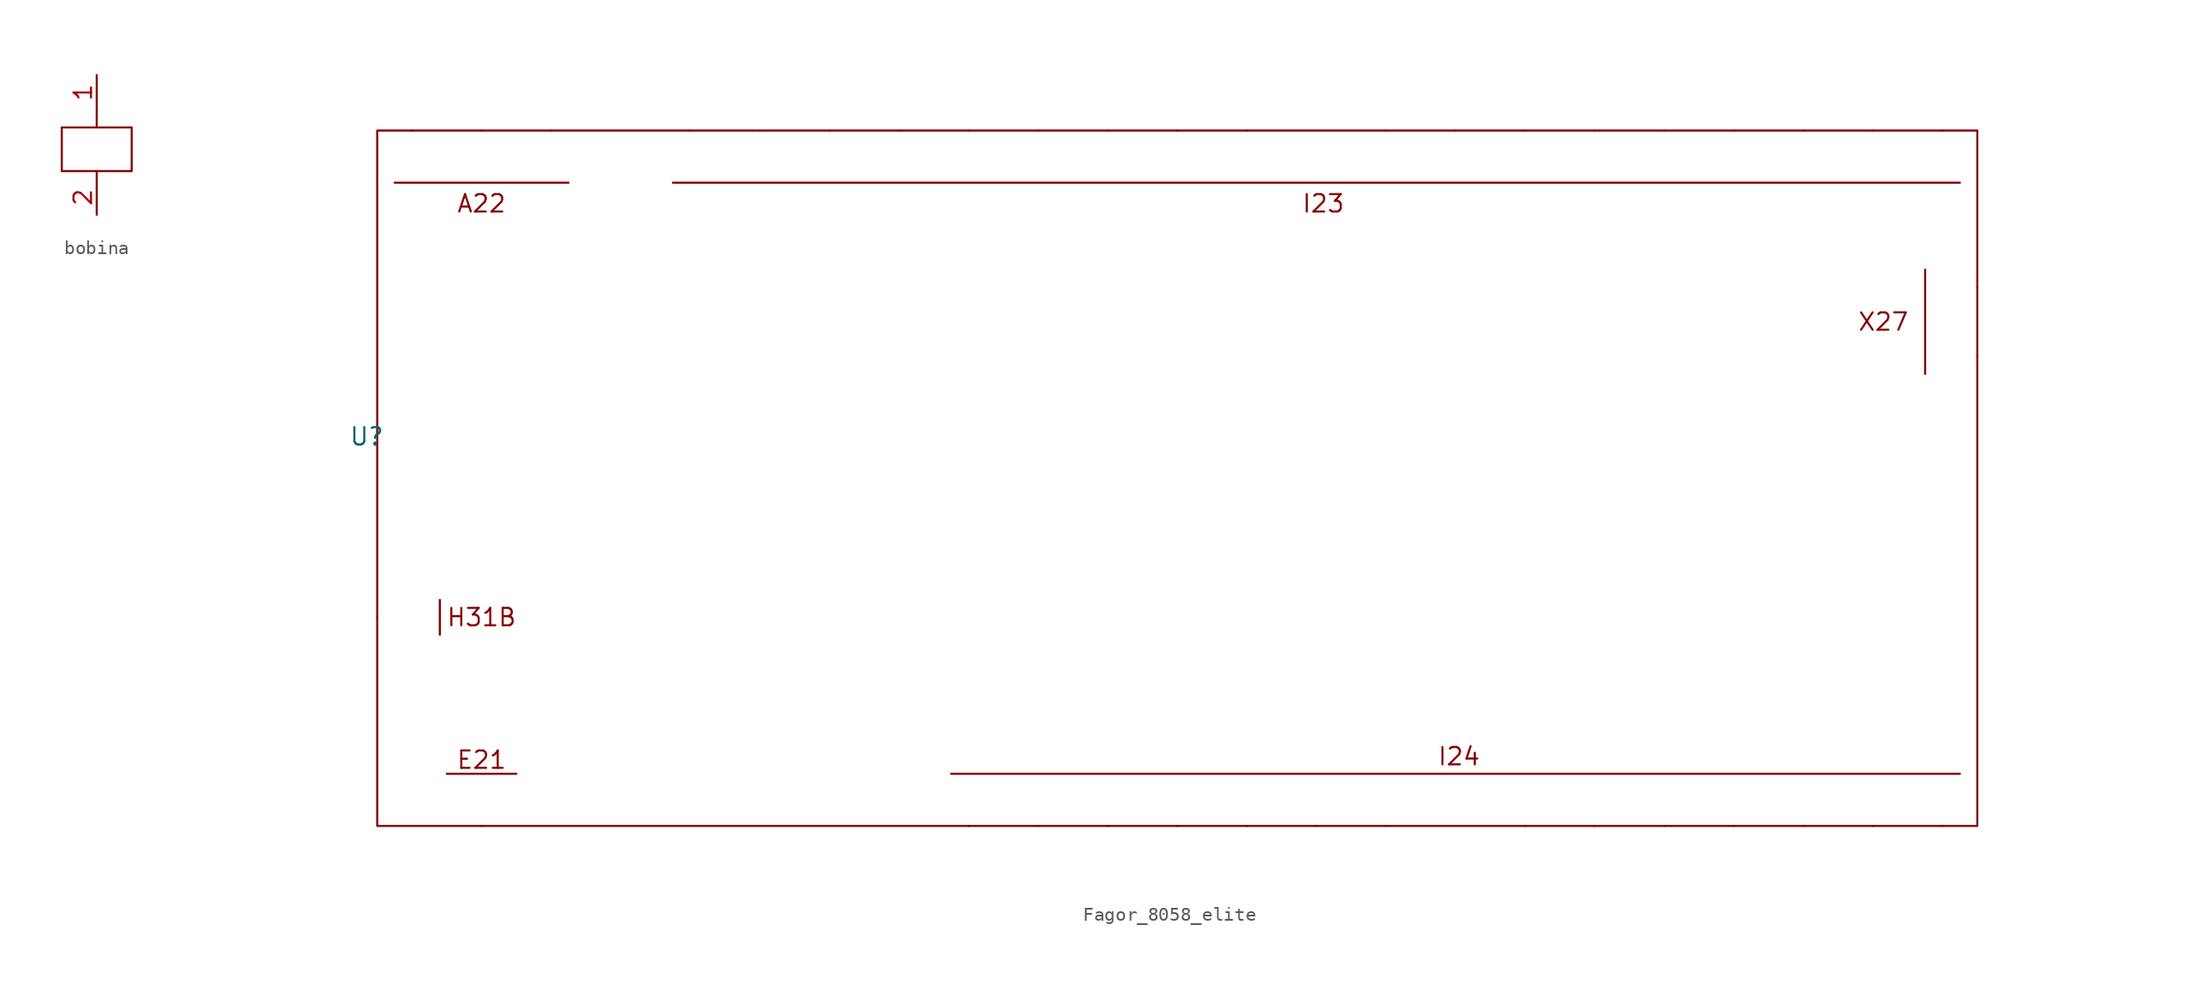
<source format=kicad_sym>
(kicad_symbol_lib
  (version 20241209)
  (generator "kicad_symbol_editor")
  (generator_version "9.0")
  (symbol "bobina"
    (property "Reference" "KA"
      (at -4.318 -0.254 0)
      (effects (font (size 1.27 1.27)) (hide yes)))
    (property "Value" ""
      (at 0 0 0)
      (effects (font (size 1.27 1.27))))
    (symbol "bobina_0_1"
      (polyline (pts (xy 0 1.905) (xy 0 2.54)) (stroke (width 0) (type default)) (fill (type none)))
      (polyline (pts (xy 0 1.27) (xy 0 1.905)) (stroke (width 0) (type default)) (fill (type none)))
      (polyline (pts (xy 0 -1.905) (xy 0 -2.54)) (stroke (width 0) (type default)) (fill (type none)))
      (polyline (pts (xy 0 -1.905) (xy 2.54 -1.905) (xy 2.54 1.27) (xy -2.54 1.27) (xy -2.54 -1.905) (xy 0 -1.905)) (stroke (width 0) (type default)) (fill (type none))))
    (symbol "bobina_1_1"
      (pin input line (at 0 5.08 270) (length 2.54) (name "" (effects (font (size 1.27 1.27)))) (number "1" (effects (font (size 1.27 1.27)))))
      (pin output line (at 0 -5.08 90) (length 2.54) (name "" (effects (font (size 1.27 1.27)))) (number "2" (effects (font (size 1.27 1.27)))))))
  (symbol "Fagor_8058_elite"
    (property "Reference" "U"
      (at -59.182 3.048 0)
      (effects (font (size 1.27 1.27))))
    (property "Value" ""
      (at -25.4 0 0)
      (effects (font (size 1.27 1.27))))
    (symbol "Fagor_8058_elite_0_1"
      (rectangle (start -58.42 25.4) (end 58.42 -25.4) (stroke (width 0) (type default)) (fill (type none)))
      (polyline (pts (xy -57.15 21.59) (xy -44.45 21.59)) (stroke (width 0) (type default)) (fill (type none)))
      (polyline (pts (xy -53.848 -8.89) (xy -53.848 -11.43)) (stroke (width 0) (type default)) (fill (type none)))
      (polyline (pts (xy -53.34 -21.59) (xy -48.26 -21.59)) (stroke (width 0) (type default)) (fill (type none)))
      (polyline (pts (xy -36.83 21.59) (xy 57.15 21.59)) (stroke (width 0) (type default)) (fill (type none)))
      (polyline (pts (xy -16.51 -21.59) (xy 57.15 -21.59)) (stroke (width 0) (type default)) (fill (type none)))
      (polyline (pts (xy 54.61 15.24) (xy 54.61 7.62)) (stroke (width 0) (type default)) (fill (type none))))
    (symbol "Fagor_8058_elite_1_1"
      (text "A22" (at -50.8 20.066 0) (effects (font (size 1.27 1.27))))
      (text "H31B" (at -50.8 -10.16 0) (effects (font (size 1.27 1.27))))
      (text "E21" (at -50.8 -20.574 0) (effects (font (size 1.27 1.27))))
      (text "I23" (at 10.668 20.066 0) (effects (font (size 1.27 1.27))))
      (text "I24" (at 20.574 -20.32 0) (effects (font (size 1.27 1.27))))
      (text "X27" (at 51.562 11.43 0) (effects (font (size 1.27 1.27))))
      (pin input line (at -58.42 -10.16 0) (length 0) (name "" (effects (font (size 0.635 0.635)))) (number "" (effects (font (size 0.635 0.635)))))
      (pin input line (at -55.88 25.4 270) (length 0) (name "" (effects (font (size 0.635 0.635)))) (number "" (effects (font (size 0.635 0.635)))))
      (pin input line (at -50.8 25.4 270) (length 0) (name "" (effects (font (size 0.635 0.635)))) (number "" (effects (font (size 0.635 0.635)))))
      (pin input line (at -50.8 -25.4 90) (length 0) (name "" (effects (font (size 0.635 0.635)))) (number "" (effects (font (size 0.635 0.635)))))
      (pin input line (at -45.72 25.4 270) (length 0) (name "" (effects (font (size 0.635 0.635)))) (number "" (effects (font (size 0.635 0.635)))))
      (pin input line (at -35.56 25.4 270) (length 0) (name "" (effects (font (size 0.635 0.635)))) (number "" (effects (font (size 0.635 0.635)))))
      (pin input line (at -30.48 25.4 270) (length 0) (name "" (effects (font (size 0.635 0.635)))) (number "" (effects (font (size 0.635 0.635)))))
      (pin input line (at -25.4 25.4 270) (length 0) (name "" (effects (font (size 0.635 0.635)))) (number "" (effects (font (size 0.635 0.635)))))
      (pin input line (at -20.32 25.4 270) (length 0) (name "" (effects (font (size 0.635 0.635)))) (number "" (effects (font (size 0.635 0.635)))))
      (pin input line (at -15.24 25.4 270) (length 0) (name "" (effects (font (size 0.635 0.635)))) (number "" (effects (font (size 0.635 0.635)))))
      (pin output line (at -15.24 -25.4 90) (length 0) (name "" (effects (font (size 0.635 0.635)))) (number "" (effects (font (size 0.635 0.635)))))
      (pin input line (at -10.16 25.4 270) (length 0) (name "" (effects (font (size 0.635 0.635)))) (number "" (effects (font (size 0.635 0.635)))))
      (pin output line (at -10.16 -25.4 90) (length 0) (name "" (effects (font (size 0.635 0.635)))) (number "" (effects (font (size 0.635 0.635)))))
      (pin input line (at -5.08 25.4 270) (length 0) (name "" (effects (font (size 0.635 0.635)))) (number "" (effects (font (size 0.635 0.635)))))
      (pin output line (at -5.08 -25.4 90) (length 0) (name "" (effects (font (size 0.635 0.635)))) (number "" (effects (font (size 0.635 0.635)))))
      (pin input line (at 0 25.4 270) (length 0) (name "" (effects (font (size 0.635 0.635)))) (number "" (effects (font (size 0.635 0.635)))))
      (pin output line (at 0 -25.4 90) (length 0) (name "" (effects (font (size 0.635 0.635)))) (number "" (effects (font (size 0.635 0.635)))))
      (pin input line (at 5.08 25.4 270) (length 0) (name "" (effects (font (size 0.635 0.635)))) (number "" (effects (font (size 0.635 0.635)))))
      (pin output line (at 5.08 -25.4 90) (length 0) (name "" (effects (font (size 0.635 0.635)))) (number "" (effects (font (size 0.635 0.635)))))
      (pin output line (at 10.16 -25.4 90) (length 0) (name "" (effects (font (size 0.635 0.635)))) (number "" (effects (font (size 0.635 0.635)))))
      (pin input line (at 15.24 25.4 270) (length 0) (name "" (effects (font (size 0.635 0.635)))) (number "" (effects (font (size 0.635 0.635)))))
      (pin output line (at 15.24 -25.4 90) (length 0) (name "" (effects (font (size 0.635 0.635)))) (number "" (effects (font (size 0.635 0.635)))))
      (pin input line (at 20.32 25.4 270) (length 0) (name "" (effects (font (size 0.635 0.635)))) (number "" (effects (font (size 0.635 0.635)))))
      (pin input line (at 25.4 25.4 270) (length 0) (name "" (effects (font (size 0.635 0.635)))) (number "" (effects (font (size 0.635 0.635)))))
      (pin output line (at 25.4 -25.4 90) (length 0) (name "" (effects (font (size 0.635 0.635)))) (number "" (effects (font (size 0.635 0.635)))))
      (pin input line (at 30.48 25.4 270) (length 0) (name "" (effects (font (size 0.635 0.635)))) (number "" (effects (font (size 0.635 0.635)))))
      (pin output line (at 30.48 -25.4 90) (length 0) (name "" (effects (font (size 0.635 0.635)))) (number "" (effects (font (size 0.635 0.635)))))
      (pin input line (at 35.56 25.4 270) (length 0) (name "" (effects (font (size 0.635 0.635)))) (number "" (effects (font (size 0.635 0.635)))))
      (pin output line (at 35.56 -25.4 90) (length 0) (name "" (effects (font (size 0.635 0.635)))) (number "" (effects (font (size 0.635 0.635)))))
      (pin input line (at 40.64 25.4 270) (length 0) (name "" (effects (font (size 0.635 0.635)))) (number "" (effects (font (size 0.635 0.635)))))
      (pin output line (at 40.64 -25.4 90) (length 0) (name "" (effects (font (size 0.635 0.635)))) (number "" (effects (font (size 0.635 0.635)))))
      (pin input line (at 45.72 25.4 270) (length 0) (name "" (effects (font (size 0.635 0.635)))) (number "" (effects (font (size 0.635 0.635)))))
      (pin output line (at 45.72 -25.4 90) (length 0) (name "" (effects (font (size 0.635 0.635)))) (number "" (effects (font (size 0.635 0.635)))))
      (pin input line (at 50.8 25.4 270) (length 0) (name "" (effects (font (size 0.635 0.635)))) (number "" (effects (font (size 0.635 0.635)))))
      (pin output line (at 50.8 -25.4 90) (length 0) (name "" (effects (font (size 0.635 0.635)))) (number "" (effects (font (size 0.635 0.635)))))
      (pin input line (at 55.88 25.4 270) (length 0) (name "" (effects (font (size 0.635 0.635)))) (number "" (effects (font (size 0.635 0.635)))))
      (pin output line (at 55.88 -25.4 90) (length 0) (name "" (effects (font (size 0.635 0.635)))) (number "" (effects (font (size 0.635 0.635)))))
      (pin input line (at 58.42 13.97 180) (length 0) (name "" (effects (font (size 0.635 0.635)))) (number "" (effects (font (size 0.635 0.635)))))
      (pin output line (at 58.42 8.89 180) (length 0) (name "" (effects (font (size 0.635 0.635)))) (number "" (effects (font (size 0.635 0.635))))))))
</source>
